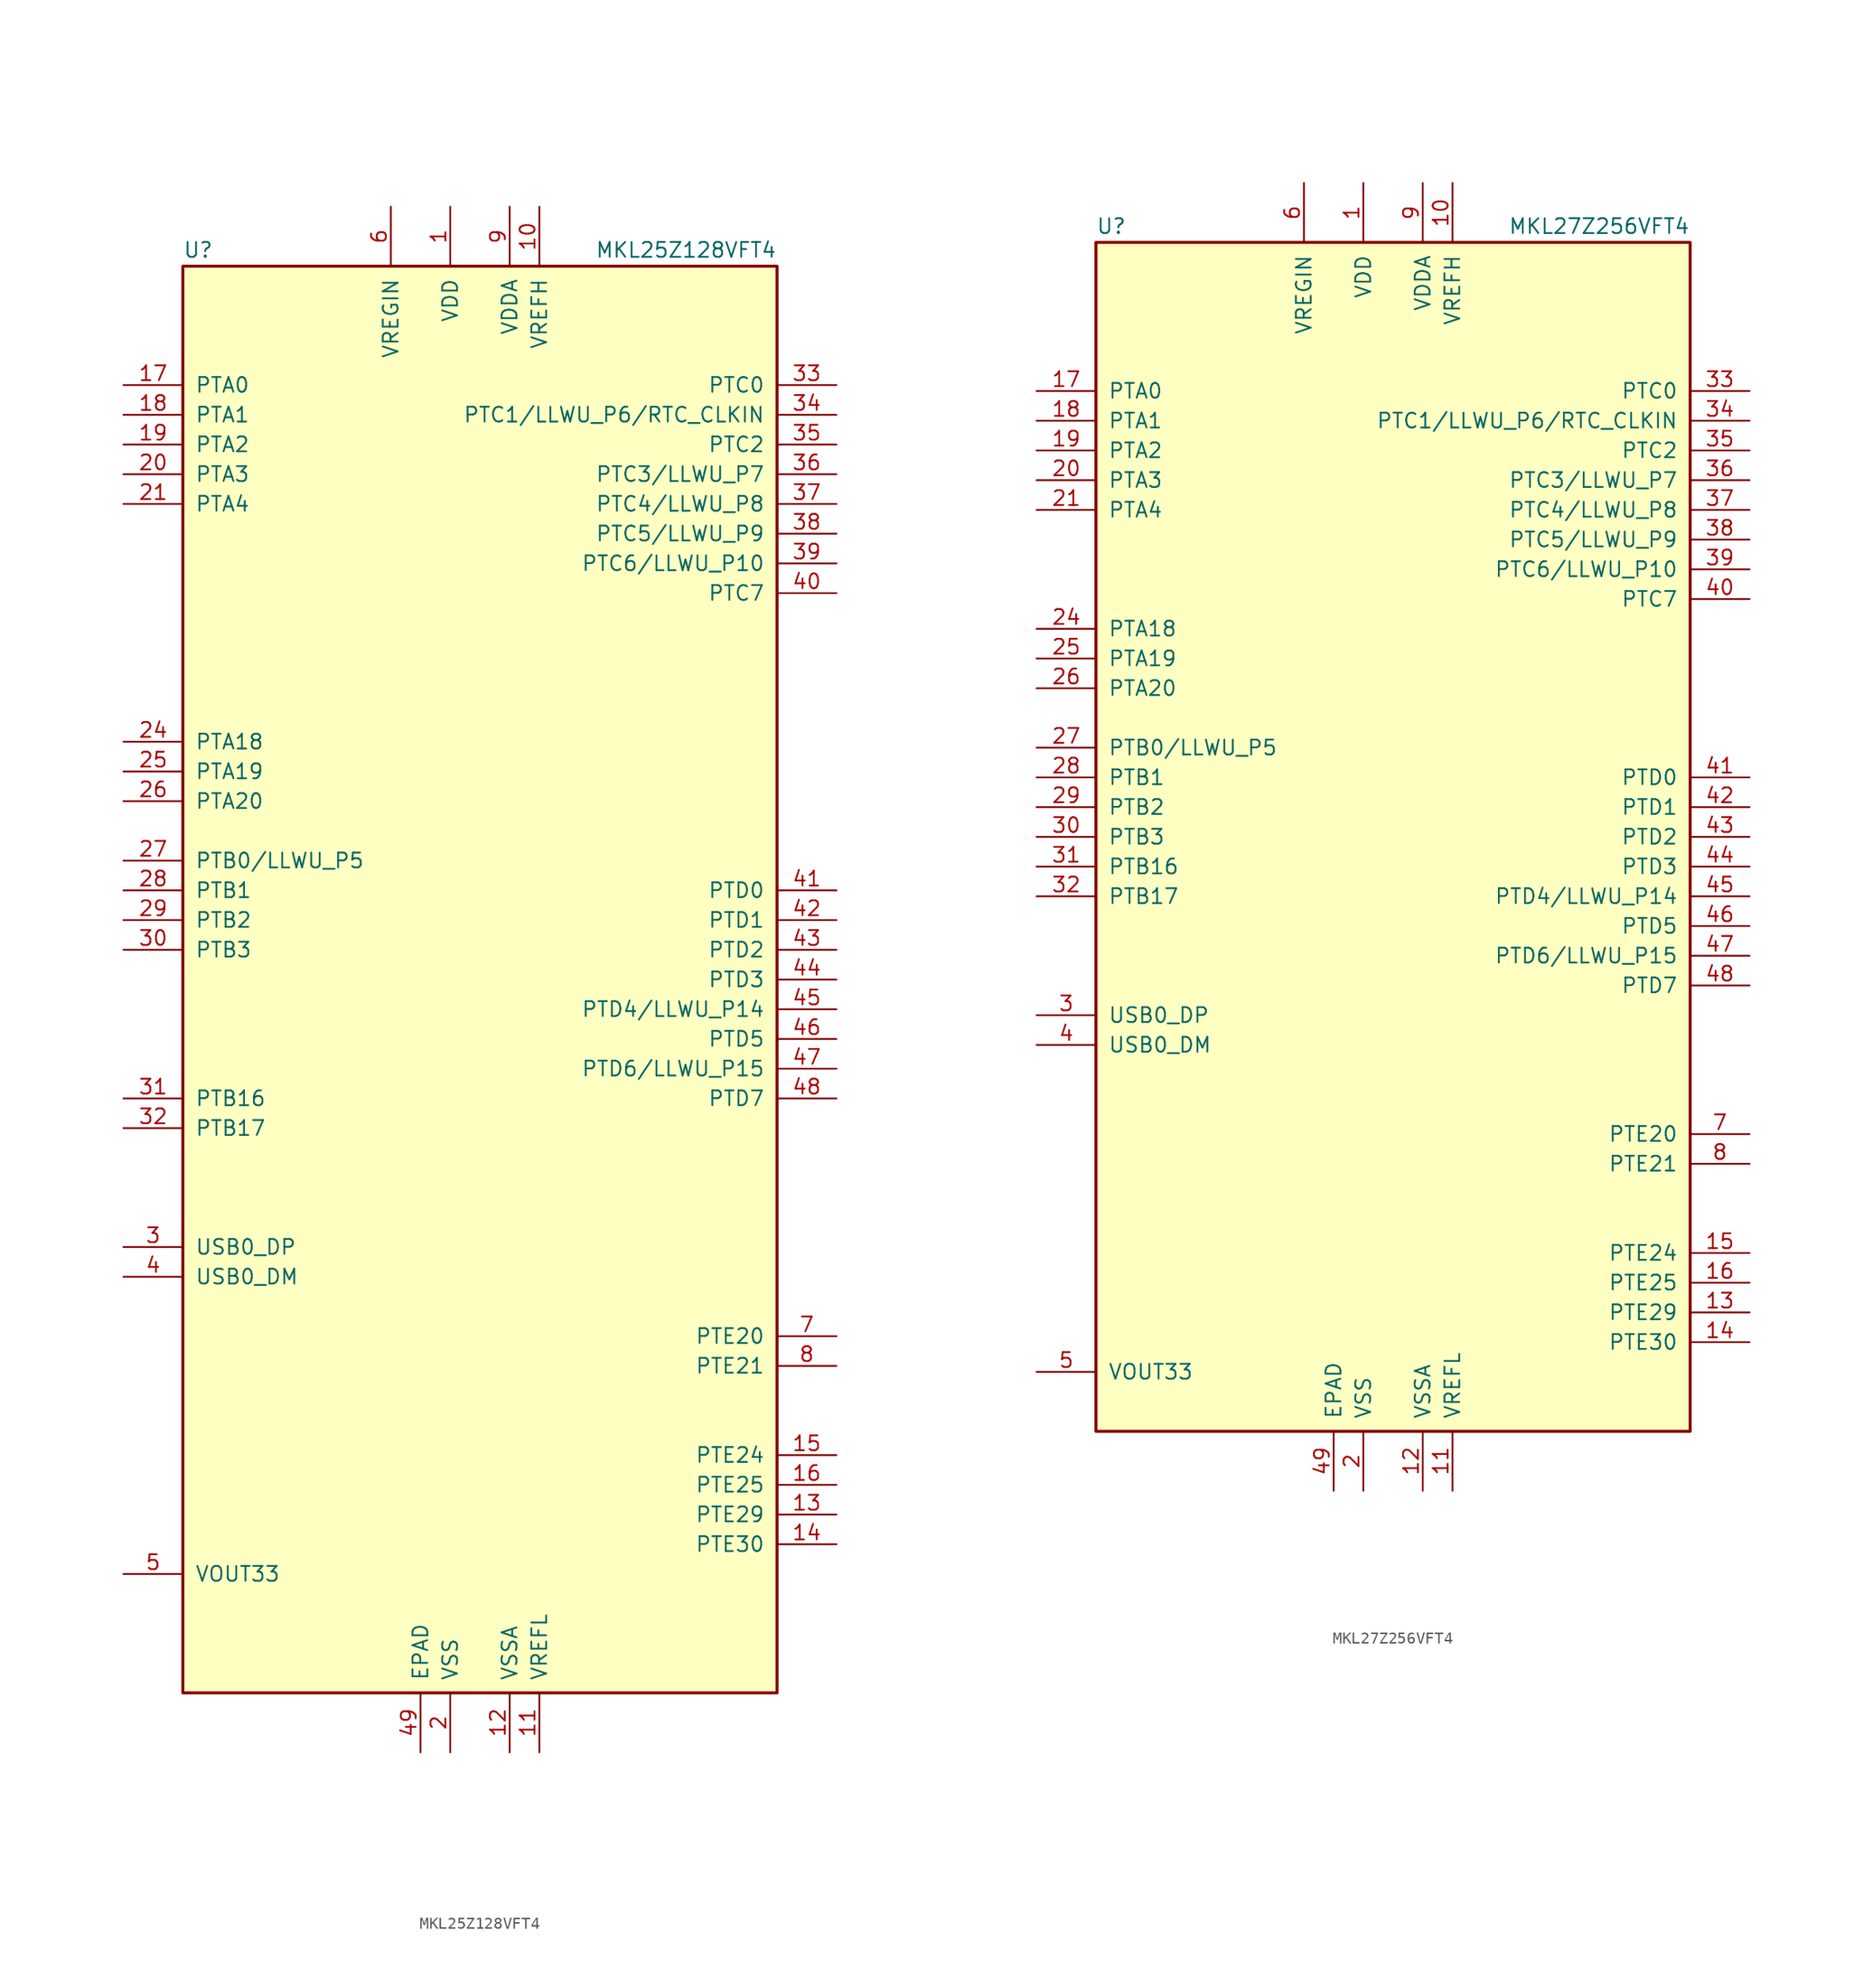
<source format=kicad_sym>
(kicad_symbol_lib
  (version 20211014)
  (generator kicad_symbol_editor)
  (symbol "MKL25Z128VFT4"
    (pin_names
      (offset 1.016))
    (property "Reference" "U"
      (at -25.4 61.595 0)
      (effects (font (size 1.27 1.27)) (justify left bottom)))
    (property "Value" "MKL25Z128VFT4"
      (at 25.4 61.595 0)
      (effects (font (size 1.27 1.27)) (justify right bottom)))
    (symbol "MKL25Z128VFT4_0_1"
      (rectangle (start -25.4 60.96) (end 25.4 -60.96) (stroke (width 0.254) (type default) (color 0 0 0 0)) (fill (type background))))
    (symbol "MKL25Z128VFT4_1_1"
      (pin power_in line (at -2.54 66.04 270) (length 5.08) (name "VDD" (effects (font (size 1.27 1.27)))) (number "1" (effects (font (size 1.27 1.27)))))
      (pin power_in line (at 5.08 66.04 270) (length 5.08) (name "VREFH" (effects (font (size 1.27 1.27)))) (number "10" (effects (font (size 1.27 1.27)))))
      (pin power_in line (at 5.08 -66.04 90) (length 5.08) (name "VREFL" (effects (font (size 1.27 1.27)))) (number "11" (effects (font (size 1.27 1.27)))))
      (pin power_in line (at 2.54 -66.04 90) (length 5.08) (name "VSSA" (effects (font (size 1.27 1.27)))) (number "12" (effects (font (size 1.27 1.27)))))
      (pin bidirectional line (at 30.48 -45.72 180) (length 5.08) (name "PTE29" (effects (font (size 1.27 1.27)))) (number "13" (effects (font (size 1.27 1.27)))))
      (pin bidirectional line (at 30.48 -48.26 180) (length 5.08) (name "PTE30" (effects (font (size 1.27 1.27)))) (number "14" (effects (font (size 1.27 1.27)))))
      (pin bidirectional line (at 30.48 -40.64 180) (length 5.08) (name "PTE24" (effects (font (size 1.27 1.27)))) (number "15" (effects (font (size 1.27 1.27)))))
      (pin bidirectional line (at 30.48 -43.18 180) (length 5.08) (name "PTE25" (effects (font (size 1.27 1.27)))) (number "16" (effects (font (size 1.27 1.27)))))
      (pin bidirectional line (at -30.48 50.8 0) (length 5.08) (name "PTA0" (effects (font (size 1.27 1.27)))) (number "17" (effects (font (size 1.27 1.27)))))
      (pin bidirectional line (at -30.48 48.26 0) (length 5.08) (name "PTA1" (effects (font (size 1.27 1.27)))) (number "18" (effects (font (size 1.27 1.27)))))
      (pin bidirectional line (at -30.48 45.72 0) (length 5.08) (name "PTA2" (effects (font (size 1.27 1.27)))) (number "19" (effects (font (size 1.27 1.27)))))
      (pin power_in line (at -2.54 -66.04 90) (length 5.08) (name "VSS" (effects (font (size 1.27 1.27)))) (number "2" (effects (font (size 1.27 1.27)))))
      (pin bidirectional line (at -30.48 43.18 0) (length 5.08) (name "PTA3" (effects (font (size 1.27 1.27)))) (number "20" (effects (font (size 1.27 1.27)))))
      (pin bidirectional line (at -30.48 40.64 0) (length 5.08) (name "PTA4" (effects (font (size 1.27 1.27)))) (number "21" (effects (font (size 1.27 1.27)))))
      (pin passive line (at -2.54 66.04 270) (length 5.08) hide (name "VDD" (effects (font (size 1.27 1.27)))) (number "22" (effects (font (size 1.27 1.27)))))
      (pin passive line (at -2.54 -66.04 90) (length 5.08) hide (name "VSS" (effects (font (size 1.27 1.27)))) (number "23" (effects (font (size 1.27 1.27)))))
      (pin bidirectional line (at -30.48 20.32 0) (length 5.08) (name "PTA18" (effects (font (size 1.27 1.27)))) (number "24" (effects (font (size 1.27 1.27)))))
      (pin bidirectional line (at -30.48 17.78 0) (length 5.08) (name "PTA19" (effects (font (size 1.27 1.27)))) (number "25" (effects (font (size 1.27 1.27)))))
      (pin bidirectional line (at -30.48 15.24 0) (length 5.08) (name "PTA20" (effects (font (size 1.27 1.27)))) (number "26" (effects (font (size 1.27 1.27)))))
      (pin bidirectional line (at -30.48 10.16 0) (length 5.08) (name "PTB0/LLWU_P5" (effects (font (size 1.27 1.27)))) (number "27" (effects (font (size 1.27 1.27)))))
      (pin bidirectional line (at -30.48 7.62 0) (length 5.08) (name "PTB1" (effects (font (size 1.27 1.27)))) (number "28" (effects (font (size 1.27 1.27)))))
      (pin bidirectional line (at -30.48 5.08 0) (length 5.08) (name "PTB2" (effects (font (size 1.27 1.27)))) (number "29" (effects (font (size 1.27 1.27)))))
      (pin bidirectional line (at -30.48 -22.86 0) (length 5.08) (name "USB0_DP" (effects (font (size 1.27 1.27)))) (number "3" (effects (font (size 1.27 1.27)))))
      (pin bidirectional line (at -30.48 2.54 0) (length 5.08) (name "PTB3" (effects (font (size 1.27 1.27)))) (number "30" (effects (font (size 1.27 1.27)))))
      (pin bidirectional line (at -30.48 -10.16 0) (length 5.08) (name "PTB16" (effects (font (size 1.27 1.27)))) (number "31" (effects (font (size 1.27 1.27)))))
      (pin bidirectional line (at -30.48 -12.7 0) (length 5.08) (name "PTB17" (effects (font (size 1.27 1.27)))) (number "32" (effects (font (size 1.27 1.27)))))
      (pin bidirectional line (at 30.48 50.8 180) (length 5.08) (name "PTC0" (effects (font (size 1.27 1.27)))) (number "33" (effects (font (size 1.27 1.27)))))
      (pin bidirectional line (at 30.48 48.26 180) (length 5.08) (name "PTC1/LLWU_P6/RTC_CLKIN" (effects (font (size 1.27 1.27)))) (number "34" (effects (font (size 1.27 1.27)))))
      (pin bidirectional line (at 30.48 45.72 180) (length 5.08) (name "PTC2" (effects (font (size 1.27 1.27)))) (number "35" (effects (font (size 1.27 1.27)))))
      (pin bidirectional line (at 30.48 43.18 180) (length 5.08) (name "PTC3/LLWU_P7" (effects (font (size 1.27 1.27)))) (number "36" (effects (font (size 1.27 1.27)))))
      (pin bidirectional line (at 30.48 40.64 180) (length 5.08) (name "PTC4/LLWU_P8" (effects (font (size 1.27 1.27)))) (number "37" (effects (font (size 1.27 1.27)))))
      (pin bidirectional line (at 30.48 38.1 180) (length 5.08) (name "PTC5/LLWU_P9" (effects (font (size 1.27 1.27)))) (number "38" (effects (font (size 1.27 1.27)))))
      (pin bidirectional line (at 30.48 35.56 180) (length 5.08) (name "PTC6/LLWU_P10" (effects (font (size 1.27 1.27)))) (number "39" (effects (font (size 1.27 1.27)))))
      (pin bidirectional line (at -30.48 -25.4 0) (length 5.08) (name "USB0_DM" (effects (font (size 1.27 1.27)))) (number "4" (effects (font (size 1.27 1.27)))))
      (pin bidirectional line (at 30.48 33.02 180) (length 5.08) (name "PTC7" (effects (font (size 1.27 1.27)))) (number "40" (effects (font (size 1.27 1.27)))))
      (pin bidirectional line (at 30.48 7.62 180) (length 5.08) (name "PTD0" (effects (font (size 1.27 1.27)))) (number "41" (effects (font (size 1.27 1.27)))))
      (pin bidirectional line (at 30.48 5.08 180) (length 5.08) (name "PTD1" (effects (font (size 1.27 1.27)))) (number "42" (effects (font (size 1.27 1.27)))))
      (pin bidirectional line (at 30.48 2.54 180) (length 5.08) (name "PTD2" (effects (font (size 1.27 1.27)))) (number "43" (effects (font (size 1.27 1.27)))))
      (pin bidirectional line (at 30.48 0 180) (length 5.08) (name "PTD3" (effects (font (size 1.27 1.27)))) (number "44" (effects (font (size 1.27 1.27)))))
      (pin bidirectional line (at 30.48 -2.54 180) (length 5.08) (name "PTD4/LLWU_P14" (effects (font (size 1.27 1.27)))) (number "45" (effects (font (size 1.27 1.27)))))
      (pin bidirectional line (at 30.48 -5.08 180) (length 5.08) (name "PTD5" (effects (font (size 1.27 1.27)))) (number "46" (effects (font (size 1.27 1.27)))))
      (pin bidirectional line (at 30.48 -7.62 180) (length 5.08) (name "PTD6/LLWU_P15" (effects (font (size 1.27 1.27)))) (number "47" (effects (font (size 1.27 1.27)))))
      (pin bidirectional line (at 30.48 -10.16 180) (length 5.08) (name "PTD7" (effects (font (size 1.27 1.27)))) (number "48" (effects (font (size 1.27 1.27)))))
      (pin power_in line (at -5.08 -66.04 90) (length 5.08) (name "EPAD" (effects (font (size 1.27 1.27)))) (number "49" (effects (font (size 1.27 1.27)))))
      (pin power_out line (at -30.48 -50.8 0) (length 5.08) (name "VOUT33" (effects (font (size 1.27 1.27)))) (number "5" (effects (font (size 1.27 1.27)))))
      (pin power_in line (at -7.62 66.04 270) (length 5.08) (name "VREGIN" (effects (font (size 1.27 1.27)))) (number "6" (effects (font (size 1.27 1.27)))))
      (pin bidirectional line (at 30.48 -30.48 180) (length 5.08) (name "PTE20" (effects (font (size 1.27 1.27)))) (number "7" (effects (font (size 1.27 1.27)))))
      (pin bidirectional line (at 30.48 -33.02 180) (length 5.08) (name "PTE21" (effects (font (size 1.27 1.27)))) (number "8" (effects (font (size 1.27 1.27)))))
      (pin power_in line (at 2.54 66.04 270) (length 5.08) (name "VDDA" (effects (font (size 1.27 1.27)))) (number "9" (effects (font (size 1.27 1.27)))))))
  (symbol "MKL27Z256VFT4"
    (pin_names
      (offset 1.016))
    (property "Reference" "U"
      (at -25.4 51.435 0)
      (effects (font (size 1.27 1.27)) (justify left bottom)))
    (property "Value" "MKL27Z256VFT4"
      (at 25.4 51.435 0)
      (effects (font (size 1.27 1.27)) (justify right bottom)))
    (symbol "MKL27Z256VFT4_0_1"
      (rectangle (start -25.4 50.8) (end 25.4 -50.8) (stroke (width 0.254) (type default) (color 0 0 0 0)) (fill (type background))))
    (symbol "MKL27Z256VFT4_1_1"
      (pin power_in line (at -2.54 55.88 270) (length 5.08) (name "VDD" (effects (font (size 1.27 1.27)))) (number "1" (effects (font (size 1.27 1.27)))))
      (pin power_in line (at 5.08 55.88 270) (length 5.08) (name "VREFH" (effects (font (size 1.27 1.27)))) (number "10" (effects (font (size 1.27 1.27)))))
      (pin power_in line (at 5.08 -55.88 90) (length 5.08) (name "VREFL" (effects (font (size 1.27 1.27)))) (number "11" (effects (font (size 1.27 1.27)))))
      (pin power_in line (at 2.54 -55.88 90) (length 5.08) (name "VSSA" (effects (font (size 1.27 1.27)))) (number "12" (effects (font (size 1.27 1.27)))))
      (pin bidirectional line (at 30.48 -40.64 180) (length 5.08) (name "PTE29" (effects (font (size 1.27 1.27)))) (number "13" (effects (font (size 1.27 1.27)))))
      (pin bidirectional line (at 30.48 -43.18 180) (length 5.08) (name "PTE30" (effects (font (size 1.27 1.27)))) (number "14" (effects (font (size 1.27 1.27)))))
      (pin bidirectional line (at 30.48 -35.56 180) (length 5.08) (name "PTE24" (effects (font (size 1.27 1.27)))) (number "15" (effects (font (size 1.27 1.27)))))
      (pin bidirectional line (at 30.48 -38.1 180) (length 5.08) (name "PTE25" (effects (font (size 1.27 1.27)))) (number "16" (effects (font (size 1.27 1.27)))))
      (pin bidirectional line (at -30.48 38.1 0) (length 5.08) (name "PTA0" (effects (font (size 1.27 1.27)))) (number "17" (effects (font (size 1.27 1.27)))))
      (pin bidirectional line (at -30.48 35.56 0) (length 5.08) (name "PTA1" (effects (font (size 1.27 1.27)))) (number "18" (effects (font (size 1.27 1.27)))))
      (pin bidirectional line (at -30.48 33.02 0) (length 5.08) (name "PTA2" (effects (font (size 1.27 1.27)))) (number "19" (effects (font (size 1.27 1.27)))))
      (pin power_in line (at -2.54 -55.88 90) (length 5.08) (name "VSS" (effects (font (size 1.27 1.27)))) (number "2" (effects (font (size 1.27 1.27)))))
      (pin bidirectional line (at -30.48 30.48 0) (length 5.08) (name "PTA3" (effects (font (size 1.27 1.27)))) (number "20" (effects (font (size 1.27 1.27)))))
      (pin bidirectional line (at -30.48 27.94 0) (length 5.08) (name "PTA4" (effects (font (size 1.27 1.27)))) (number "21" (effects (font (size 1.27 1.27)))))
      (pin passive line (at -2.54 55.88 270) (length 5.08) hide (name "VDD" (effects (font (size 1.27 1.27)))) (number "22" (effects (font (size 1.27 1.27)))))
      (pin passive line (at -2.54 -55.88 90) (length 5.08) hide (name "VSS" (effects (font (size 1.27 1.27)))) (number "23" (effects (font (size 1.27 1.27)))))
      (pin bidirectional line (at -30.48 17.78 0) (length 5.08) (name "PTA18" (effects (font (size 1.27 1.27)))) (number "24" (effects (font (size 1.27 1.27)))))
      (pin bidirectional line (at -30.48 15.24 0) (length 5.08) (name "PTA19" (effects (font (size 1.27 1.27)))) (number "25" (effects (font (size 1.27 1.27)))))
      (pin bidirectional line (at -30.48 12.7 0) (length 5.08) (name "PTA20" (effects (font (size 1.27 1.27)))) (number "26" (effects (font (size 1.27 1.27)))))
      (pin bidirectional line (at -30.48 7.62 0) (length 5.08) (name "PTB0/LLWU_P5" (effects (font (size 1.27 1.27)))) (number "27" (effects (font (size 1.27 1.27)))))
      (pin bidirectional line (at -30.48 5.08 0) (length 5.08) (name "PTB1" (effects (font (size 1.27 1.27)))) (number "28" (effects (font (size 1.27 1.27)))))
      (pin bidirectional line (at -30.48 2.54 0) (length 5.08) (name "PTB2" (effects (font (size 1.27 1.27)))) (number "29" (effects (font (size 1.27 1.27)))))
      (pin bidirectional line (at -30.48 -15.24 0) (length 5.08) (name "USB0_DP" (effects (font (size 1.27 1.27)))) (number "3" (effects (font (size 1.27 1.27)))))
      (pin bidirectional line (at -30.48 0 0) (length 5.08) (name "PTB3" (effects (font (size 1.27 1.27)))) (number "30" (effects (font (size 1.27 1.27)))))
      (pin bidirectional line (at -30.48 -2.54 0) (length 5.08) (name "PTB16" (effects (font (size 1.27 1.27)))) (number "31" (effects (font (size 1.27 1.27)))))
      (pin bidirectional line (at -30.48 -5.08 0) (length 5.08) (name "PTB17" (effects (font (size 1.27 1.27)))) (number "32" (effects (font (size 1.27 1.27)))))
      (pin bidirectional line (at 30.48 38.1 180) (length 5.08) (name "PTC0" (effects (font (size 1.27 1.27)))) (number "33" (effects (font (size 1.27 1.27)))))
      (pin bidirectional line (at 30.48 35.56 180) (length 5.08) (name "PTC1/LLWU_P6/RTC_CLKIN" (effects (font (size 1.27 1.27)))) (number "34" (effects (font (size 1.27 1.27)))))
      (pin bidirectional line (at 30.48 33.02 180) (length 5.08) (name "PTC2" (effects (font (size 1.27 1.27)))) (number "35" (effects (font (size 1.27 1.27)))))
      (pin bidirectional line (at 30.48 30.48 180) (length 5.08) (name "PTC3/LLWU_P7" (effects (font (size 1.27 1.27)))) (number "36" (effects (font (size 1.27 1.27)))))
      (pin bidirectional line (at 30.48 27.94 180) (length 5.08) (name "PTC4/LLWU_P8" (effects (font (size 1.27 1.27)))) (number "37" (effects (font (size 1.27 1.27)))))
      (pin bidirectional line (at 30.48 25.4 180) (length 5.08) (name "PTC5/LLWU_P9" (effects (font (size 1.27 1.27)))) (number "38" (effects (font (size 1.27 1.27)))))
      (pin bidirectional line (at 30.48 22.86 180) (length 5.08) (name "PTC6/LLWU_P10" (effects (font (size 1.27 1.27)))) (number "39" (effects (font (size 1.27 1.27)))))
      (pin bidirectional line (at -30.48 -17.78 0) (length 5.08) (name "USB0_DM" (effects (font (size 1.27 1.27)))) (number "4" (effects (font (size 1.27 1.27)))))
      (pin bidirectional line (at 30.48 20.32 180) (length 5.08) (name "PTC7" (effects (font (size 1.27 1.27)))) (number "40" (effects (font (size 1.27 1.27)))))
      (pin bidirectional line (at 30.48 5.08 180) (length 5.08) (name "PTD0" (effects (font (size 1.27 1.27)))) (number "41" (effects (font (size 1.27 1.27)))))
      (pin bidirectional line (at 30.48 2.54 180) (length 5.08) (name "PTD1" (effects (font (size 1.27 1.27)))) (number "42" (effects (font (size 1.27 1.27)))))
      (pin bidirectional line (at 30.48 0 180) (length 5.08) (name "PTD2" (effects (font (size 1.27 1.27)))) (number "43" (effects (font (size 1.27 1.27)))))
      (pin bidirectional line (at 30.48 -2.54 180) (length 5.08) (name "PTD3" (effects (font (size 1.27 1.27)))) (number "44" (effects (font (size 1.27 1.27)))))
      (pin bidirectional line (at 30.48 -5.08 180) (length 5.08) (name "PTD4/LLWU_P14" (effects (font (size 1.27 1.27)))) (number "45" (effects (font (size 1.27 1.27)))))
      (pin bidirectional line (at 30.48 -7.62 180) (length 5.08) (name "PTD5" (effects (font (size 1.27 1.27)))) (number "46" (effects (font (size 1.27 1.27)))))
      (pin bidirectional line (at 30.48 -10.16 180) (length 5.08) (name "PTD6/LLWU_P15" (effects (font (size 1.27 1.27)))) (number "47" (effects (font (size 1.27 1.27)))))
      (pin bidirectional line (at 30.48 -12.7 180) (length 5.08) (name "PTD7" (effects (font (size 1.27 1.27)))) (number "48" (effects (font (size 1.27 1.27)))))
      (pin power_in line (at -5.08 -55.88 90) (length 5.08) (name "EPAD" (effects (font (size 1.27 1.27)))) (number "49" (effects (font (size 1.27 1.27)))))
      (pin power_out line (at -30.48 -45.72 0) (length 5.08) (name "VOUT33" (effects (font (size 1.27 1.27)))) (number "5" (effects (font (size 1.27 1.27)))))
      (pin power_in line (at -7.62 55.88 270) (length 5.08) (name "VREGIN" (effects (font (size 1.27 1.27)))) (number "6" (effects (font (size 1.27 1.27)))))
      (pin bidirectional line (at 30.48 -25.4 180) (length 5.08) (name "PTE20" (effects (font (size 1.27 1.27)))) (number "7" (effects (font (size 1.27 1.27)))))
      (pin bidirectional line (at 30.48 -27.94 180) (length 5.08) (name "PTE21" (effects (font (size 1.27 1.27)))) (number "8" (effects (font (size 1.27 1.27)))))
      (pin power_in line (at 2.54 55.88 270) (length 5.08) (name "VDDA" (effects (font (size 1.27 1.27)))) (number "9" (effects (font (size 1.27 1.27))))))))
</source>
